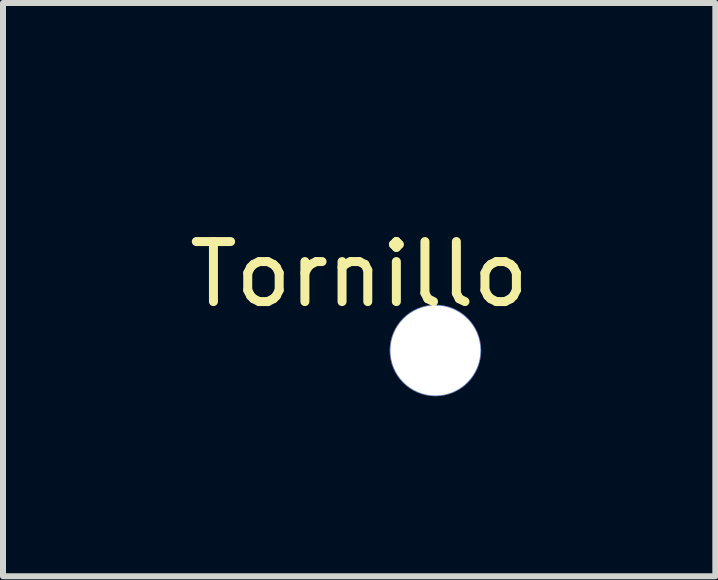
<source format=kicad_pcb>
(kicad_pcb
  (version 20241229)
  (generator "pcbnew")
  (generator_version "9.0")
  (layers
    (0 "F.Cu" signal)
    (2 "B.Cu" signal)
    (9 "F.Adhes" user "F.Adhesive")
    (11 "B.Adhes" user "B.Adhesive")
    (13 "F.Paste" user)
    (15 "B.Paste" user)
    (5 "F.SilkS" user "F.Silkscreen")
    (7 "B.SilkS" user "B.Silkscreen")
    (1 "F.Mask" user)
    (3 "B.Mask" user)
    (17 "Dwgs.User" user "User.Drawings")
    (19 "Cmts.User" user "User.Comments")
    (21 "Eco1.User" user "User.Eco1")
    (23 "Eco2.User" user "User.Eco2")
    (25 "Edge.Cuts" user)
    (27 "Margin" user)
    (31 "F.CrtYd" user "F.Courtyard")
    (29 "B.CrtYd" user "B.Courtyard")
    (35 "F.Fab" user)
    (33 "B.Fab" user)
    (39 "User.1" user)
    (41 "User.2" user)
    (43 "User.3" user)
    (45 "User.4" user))
  (footprint "Tornillo"
    (layer "F.Cu")
    (at 4.205 0.25)
    (property "Reference" "Tornillo" (at -1.27 1.27 0) (layer "F.SilkS") (effects (font (size 1 1) (thickness 0.15))))
    (attr through_hole)
    (pad "" np_thru_hole circle (at 0 2.54) (size 1.524 1.524) (drill 1.5) (layers "*.Cu" "*.Mask")))
  (gr_rect
    (start -3 -3)
    (end 8.869 6.552)
    (stroke (width 0.1) (type default))
    (fill no)
    (layer "Edge.Cuts")))
</source>
